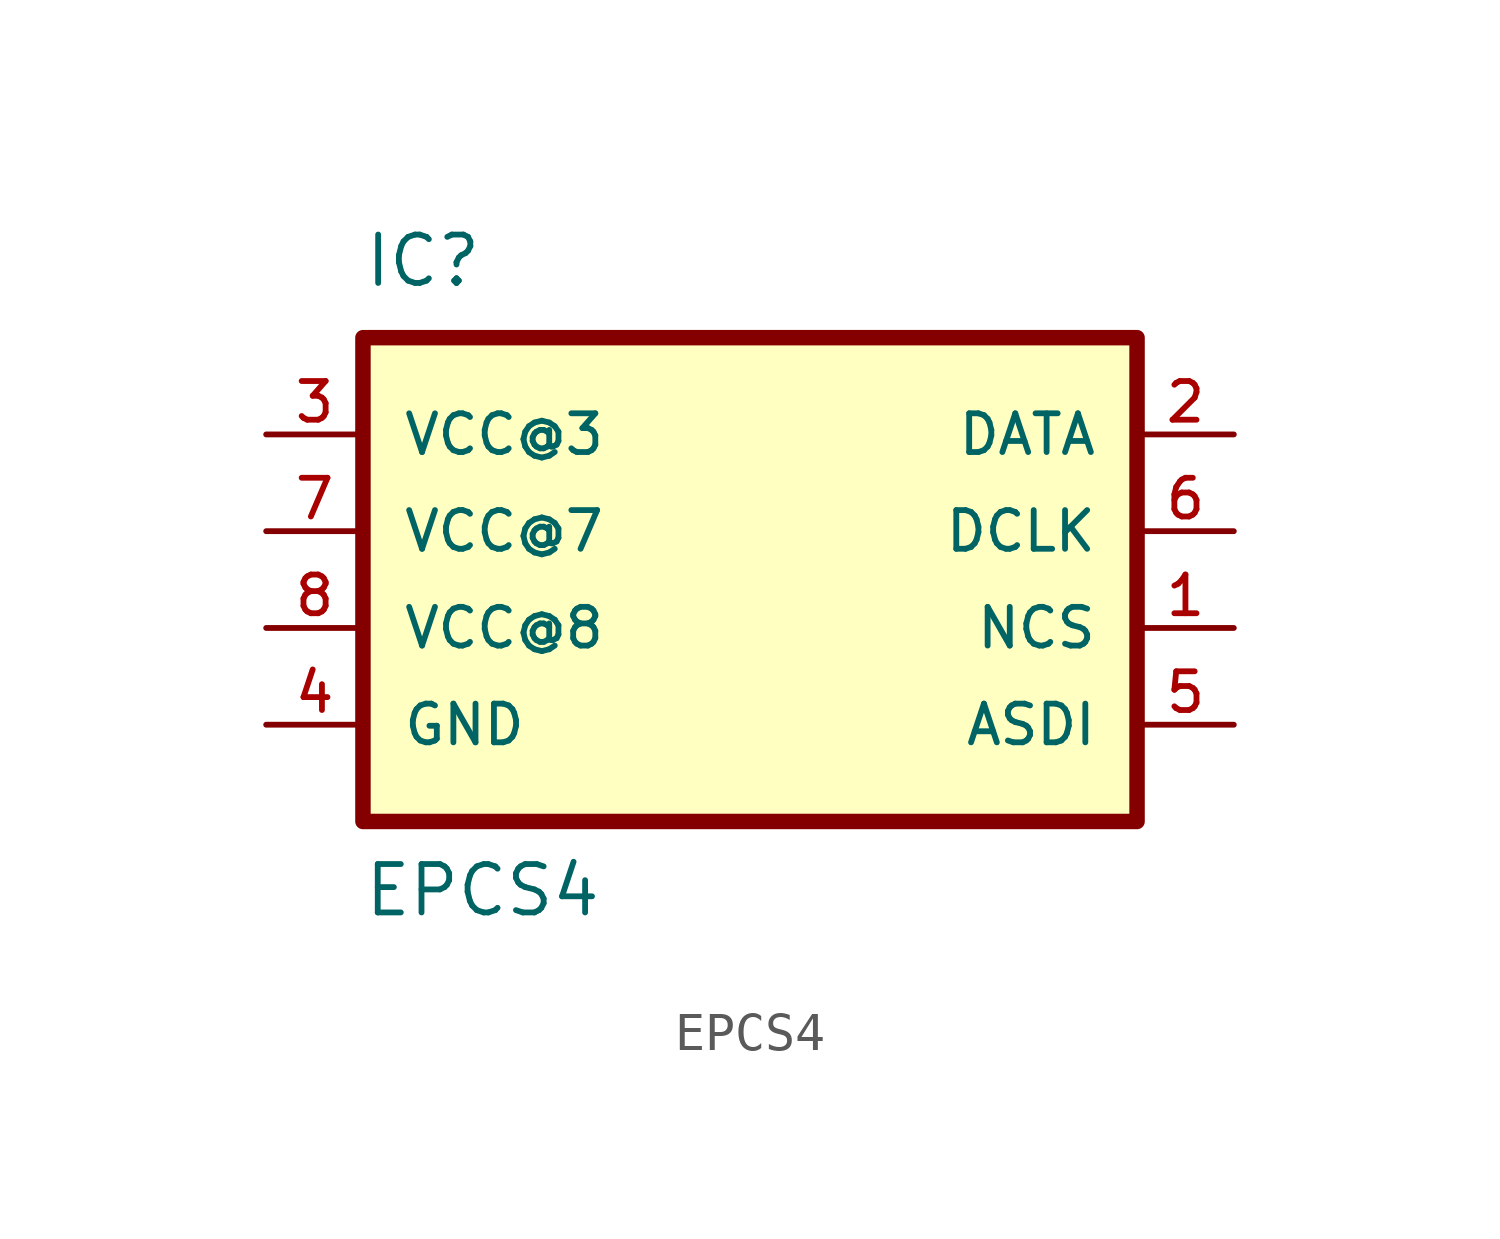
<source format=kicad_sym>
(kicad_symbol_lib
  (version 20211014)
  (generator kicad_symbol_editor)
  (symbol "EPCS4"
    (pin_names
      (offset 1.016))
    (property "Reference" "IC"
      (at -10.163 8.893 0)
      (effects (font (size 1.27 1.27)) (justify bottom left)))
    (property "Value" "EPCS4"
      (at -10.174 -7.631 0)
      (effects (font (size 1.27 1.27)) (justify bottom left)))
    (symbol "EPCS4_0_0"
      (rectangle (start -10.16 -5.08) (end 10.16 7.62) (stroke (width 0.406)) (fill (type background)))
      (pin input line (at 12.7 0.0 180.0) (length 2.54) (name "NCS" (effects (font (size 1.016 1.016)))) (number "1" (effects (font (size 1.016 1.016)))))
      (pin input line (at 12.7 2.54 180.0) (length 2.54) (name "DCLK" (effects (font (size 1.016 1.016)))) (number "6" (effects (font (size 1.016 1.016)))))
      (pin input line (at 12.7 -2.54 180.0) (length 2.54) (name "ASDI" (effects (font (size 1.016 1.016)))) (number "5" (effects (font (size 1.016 1.016)))))
      (pin output line (at 12.7 5.08 180.0) (length 2.54) (name "DATA" (effects (font (size 1.016 1.016)))) (number "2" (effects (font (size 1.016 1.016)))))
      (pin power_in line (at -12.7 -2.54 0) (length 2.54) (name "GND" (effects (font (size 1.016 1.016)))) (number "4" (effects (font (size 1.016 1.016)))))
      (pin power_in line (at -12.7 0.0 0) (length 2.54) (name "VCC@8" (effects (font (size 1.016 1.016)))) (number "8" (effects (font (size 1.016 1.016)))))
      (pin power_in line (at -12.7 5.08 0) (length 2.54) (name "VCC@3" (effects (font (size 1.016 1.016)))) (number "3" (effects (font (size 1.016 1.016)))))
      (pin power_in line (at -12.7 2.54 0) (length 2.54) (name "VCC@7" (effects (font (size 1.016 1.016)))) (number "7" (effects (font (size 1.016 1.016))))))))
</source>
